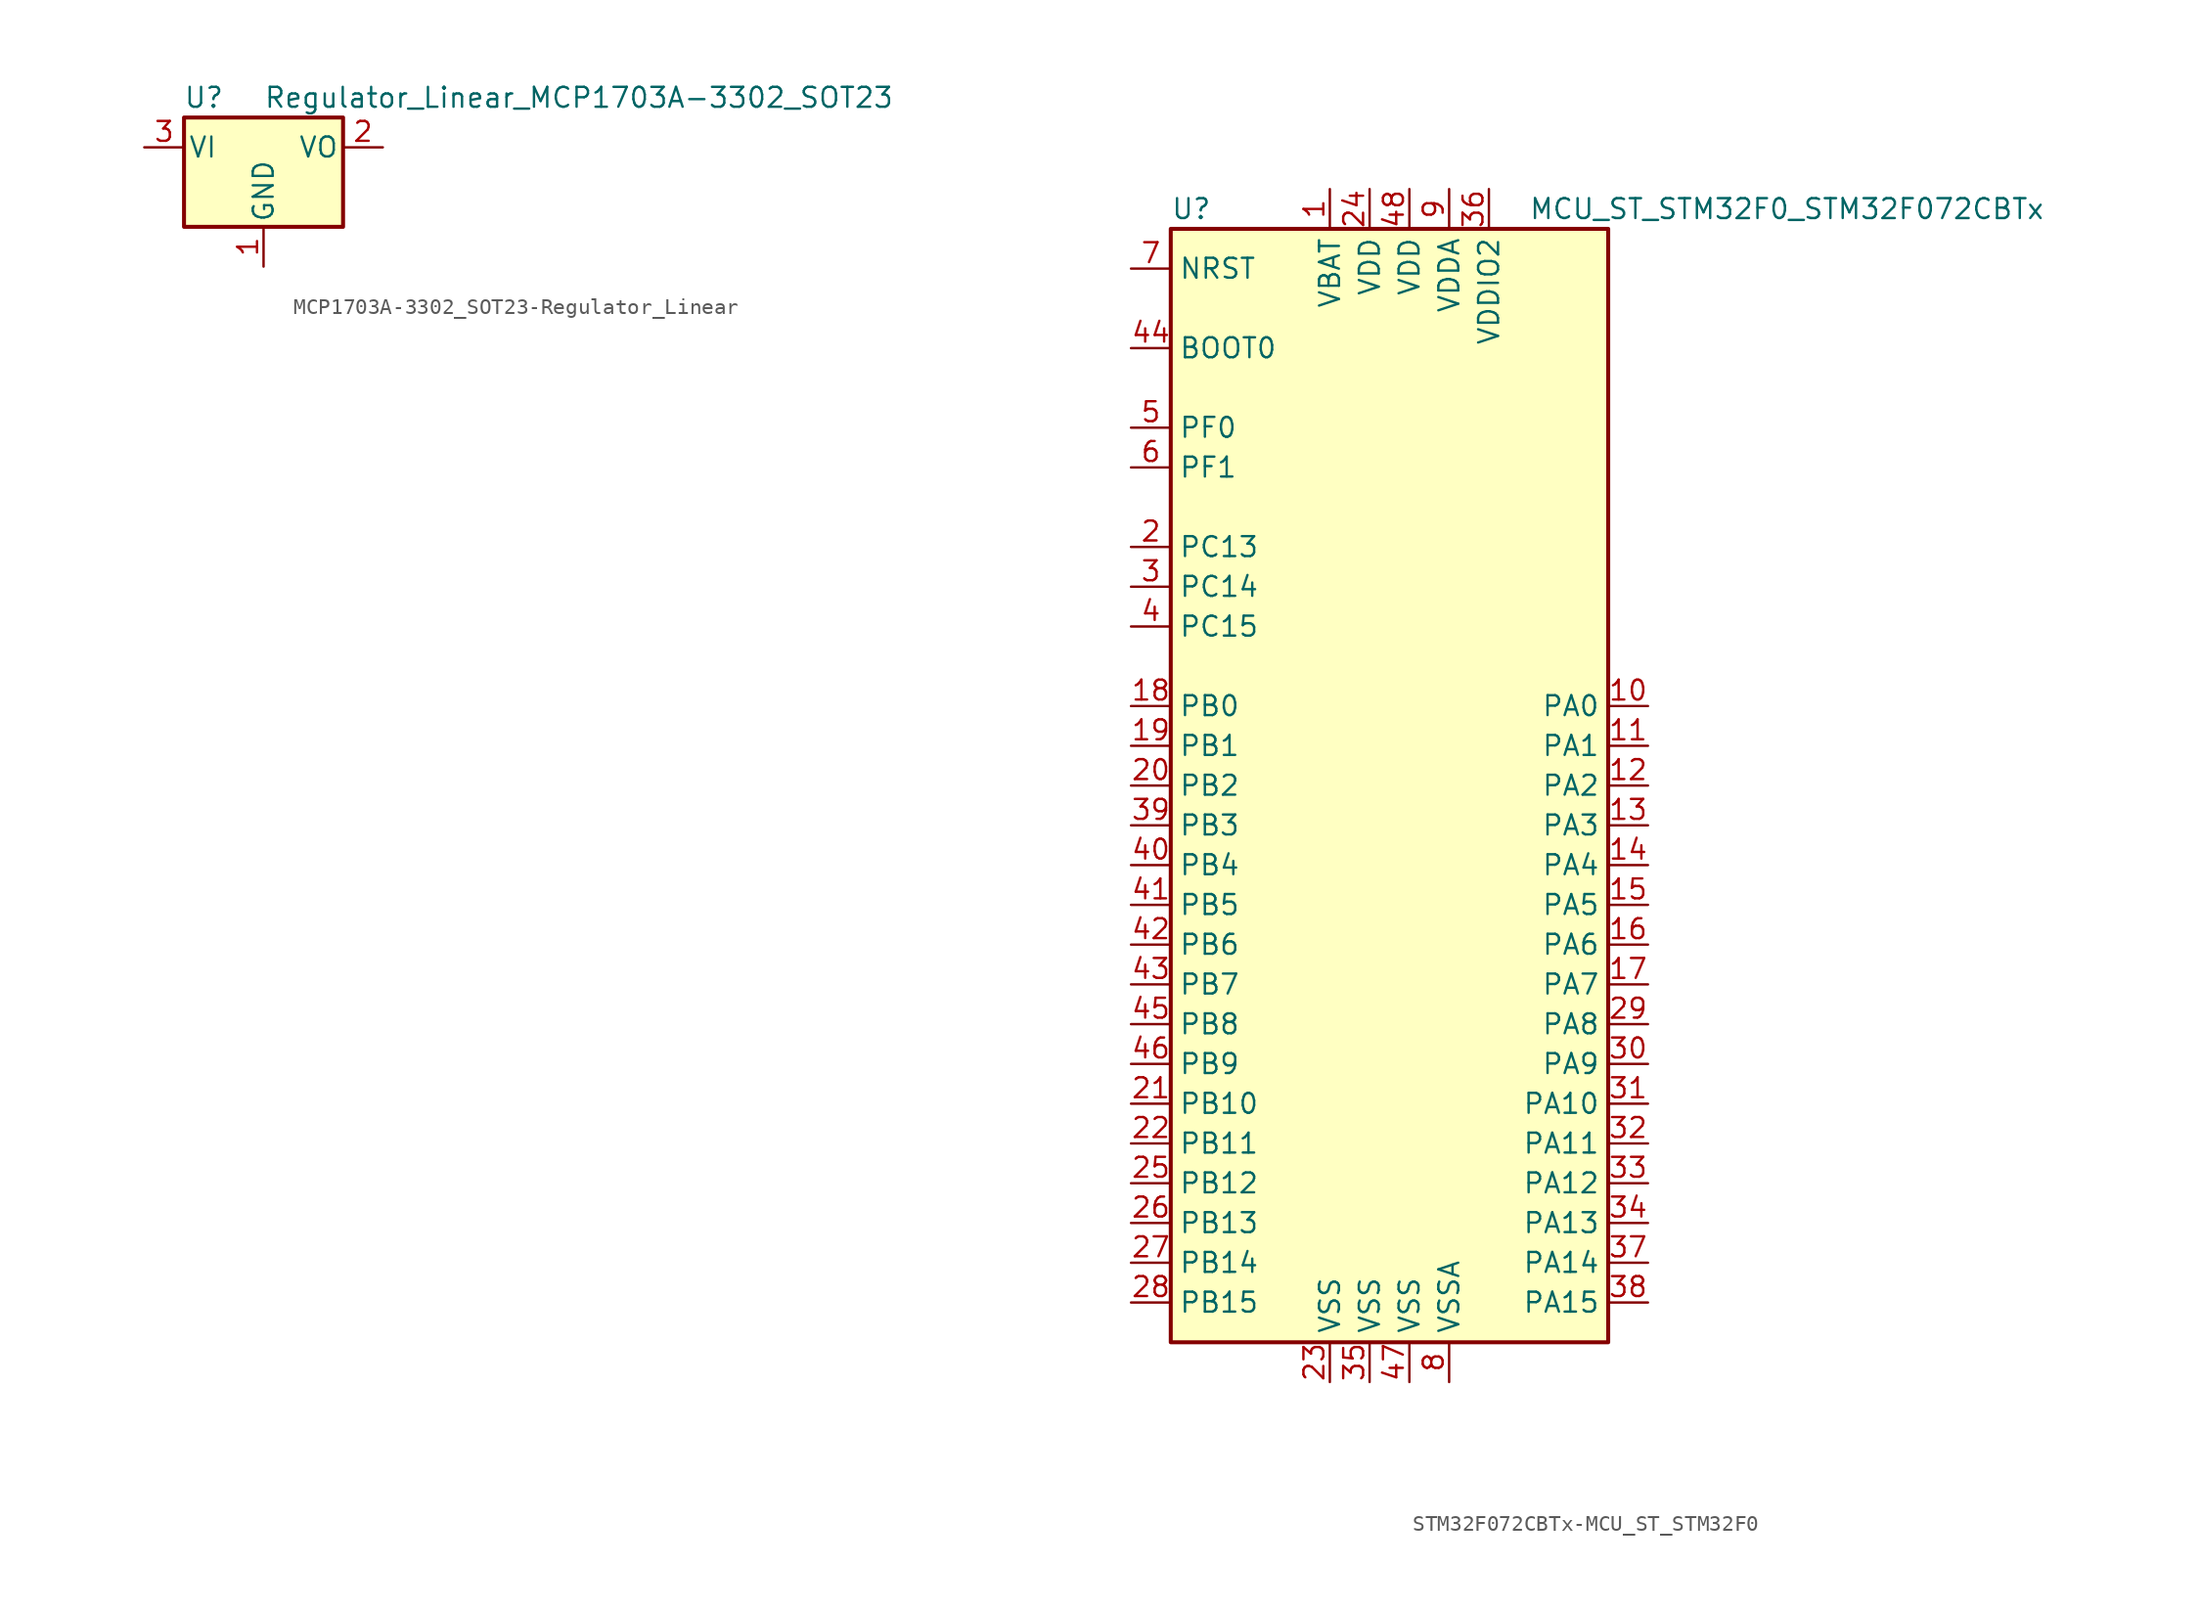
<source format=kicad_sym>
(kicad_symbol_lib
  (version 20231120)
  (generator "kicad_symbol_editor")
  (generator_version "8.0")
  (symbol "MCP1703A-3302_SOT23-Regulator_Linear"
    (pin_names
      (offset 0.254))
    (property "Reference" "U"
      (at -3.81 3.175 0)
      (effects (font (size 1.27 1.27))))
    (property "Value" "Regulator_Linear_MCP1703A-3302_SOT23"
      (at 0 3.175 0)
      (effects (font (size 1.27 1.27)) (justify left)))
    (symbol "MCP1703A-3302_SOT23-Regulator_Linear_0_1"
      (rectangle (start -5.08 -5.08) (end 5.08 1.905) (stroke (width 0.254) (type solid)) (fill (type background))))
    (symbol "MCP1703A-3302_SOT23-Regulator_Linear_1_1"
      (pin power_in line (at 0 -7.62 90) (length 2.54) (name "GND" (effects (font (size 1.27 1.27)))) (number "1" (effects (font (size 1.27 1.27)))))
      (pin power_out line (at 7.62 0 180) (length 2.54) (name "VO" (effects (font (size 1.27 1.27)))) (number "2" (effects (font (size 1.27 1.27)))))
      (pin power_in line (at -7.62 0 0) (length 2.54) (name "VI" (effects (font (size 1.27 1.27)))) (number "3" (effects (font (size 1.27 1.27)))))))
  (symbol "STM32F072CBTx-MCU_ST_STM32F0"
    (property "Reference" "U"
      (at -15.24 36.83 0)
      (effects (font (size 1.27 1.27)) (justify left)))
    (property "Value" "MCU_ST_STM32F0_STM32F072CBTx"
      (at 7.62 36.83 0)
      (effects (font (size 1.27 1.27)) (justify left)))
    (symbol "STM32F072CBTx-MCU_ST_STM32F0_0_1"
      (rectangle (start -15.24 -35.56) (end 12.7 35.56) (stroke (width 0.254) (type solid)) (fill (type background))))
    (symbol "STM32F072CBTx-MCU_ST_STM32F0_1_1"
      (pin power_in line (at -5.08 38.1 270) (length 2.54) (name "VBAT" (effects (font (size 1.27 1.27)))) (number "1" (effects (font (size 1.27 1.27)))))
      (pin bidirectional line (at 15.24 5.08 180) (length 2.54) (name "PA0" (effects (font (size 1.27 1.27)))) (number "10" (effects (font (size 1.27 1.27)))))
      (pin bidirectional line (at 15.24 2.54 180) (length 2.54) (name "PA1" (effects (font (size 1.27 1.27)))) (number "11" (effects (font (size 1.27 1.27)))))
      (pin bidirectional line (at 15.24 0 180) (length 2.54) (name "PA2" (effects (font (size 1.27 1.27)))) (number "12" (effects (font (size 1.27 1.27)))))
      (pin bidirectional line (at 15.24 -2.54 180) (length 2.54) (name "PA3" (effects (font (size 1.27 1.27)))) (number "13" (effects (font (size 1.27 1.27)))))
      (pin bidirectional line (at 15.24 -5.08 180) (length 2.54) (name "PA4" (effects (font (size 1.27 1.27)))) (number "14" (effects (font (size 1.27 1.27)))))
      (pin bidirectional line (at 15.24 -7.62 180) (length 2.54) (name "PA5" (effects (font (size 1.27 1.27)))) (number "15" (effects (font (size 1.27 1.27)))))
      (pin bidirectional line (at 15.24 -10.16 180) (length 2.54) (name "PA6" (effects (font (size 1.27 1.27)))) (number "16" (effects (font (size 1.27 1.27)))))
      (pin bidirectional line (at 15.24 -12.7 180) (length 2.54) (name "PA7" (effects (font (size 1.27 1.27)))) (number "17" (effects (font (size 1.27 1.27)))))
      (pin bidirectional line (at -17.78 5.08 0) (length 2.54) (name "PB0" (effects (font (size 1.27 1.27)))) (number "18" (effects (font (size 1.27 1.27)))))
      (pin bidirectional line (at -17.78 2.54 0) (length 2.54) (name "PB1" (effects (font (size 1.27 1.27)))) (number "19" (effects (font (size 1.27 1.27)))))
      (pin bidirectional line (at -17.78 15.24 0) (length 2.54) (name "PC13" (effects (font (size 1.27 1.27)))) (number "2" (effects (font (size 1.27 1.27)))))
      (pin bidirectional line (at -17.78 0 0) (length 2.54) (name "PB2" (effects (font (size 1.27 1.27)))) (number "20" (effects (font (size 1.27 1.27)))))
      (pin bidirectional line (at -17.78 -20.32 0) (length 2.54) (name "PB10" (effects (font (size 1.27 1.27)))) (number "21" (effects (font (size 1.27 1.27)))))
      (pin bidirectional line (at -17.78 -22.86 0) (length 2.54) (name "PB11" (effects (font (size 1.27 1.27)))) (number "22" (effects (font (size 1.27 1.27)))))
      (pin power_in line (at -5.08 -38.1 90) (length 2.54) (name "VSS" (effects (font (size 1.27 1.27)))) (number "23" (effects (font (size 1.27 1.27)))))
      (pin power_in line (at -2.54 38.1 270) (length 2.54) (name "VDD" (effects (font (size 1.27 1.27)))) (number "24" (effects (font (size 1.27 1.27)))))
      (pin bidirectional line (at -17.78 -25.4 0) (length 2.54) (name "PB12" (effects (font (size 1.27 1.27)))) (number "25" (effects (font (size 1.27 1.27)))))
      (pin bidirectional line (at -17.78 -27.94 0) (length 2.54) (name "PB13" (effects (font (size 1.27 1.27)))) (number "26" (effects (font (size 1.27 1.27)))))
      (pin bidirectional line (at -17.78 -30.48 0) (length 2.54) (name "PB14" (effects (font (size 1.27 1.27)))) (number "27" (effects (font (size 1.27 1.27)))))
      (pin bidirectional line (at -17.78 -33.02 0) (length 2.54) (name "PB15" (effects (font (size 1.27 1.27)))) (number "28" (effects (font (size 1.27 1.27)))))
      (pin bidirectional line (at 15.24 -15.24 180) (length 2.54) (name "PA8" (effects (font (size 1.27 1.27)))) (number "29" (effects (font (size 1.27 1.27)))))
      (pin bidirectional line (at -17.78 12.7 0) (length 2.54) (name "PC14" (effects (font (size 1.27 1.27)))) (number "3" (effects (font (size 1.27 1.27)))))
      (pin bidirectional line (at 15.24 -17.78 180) (length 2.54) (name "PA9" (effects (font (size 1.27 1.27)))) (number "30" (effects (font (size 1.27 1.27)))))
      (pin bidirectional line (at 15.24 -20.32 180) (length 2.54) (name "PA10" (effects (font (size 1.27 1.27)))) (number "31" (effects (font (size 1.27 1.27)))))
      (pin bidirectional line (at 15.24 -22.86 180) (length 2.54) (name "PA11" (effects (font (size 1.27 1.27)))) (number "32" (effects (font (size 1.27 1.27)))))
      (pin bidirectional line (at 15.24 -25.4 180) (length 2.54) (name "PA12" (effects (font (size 1.27 1.27)))) (number "33" (effects (font (size 1.27 1.27)))))
      (pin bidirectional line (at 15.24 -27.94 180) (length 2.54) (name "PA13" (effects (font (size 1.27 1.27)))) (number "34" (effects (font (size 1.27 1.27)))))
      (pin power_in line (at -2.54 -38.1 90) (length 2.54) (name "VSS" (effects (font (size 1.27 1.27)))) (number "35" (effects (font (size 1.27 1.27)))))
      (pin power_in line (at 5.08 38.1 270) (length 2.54) (name "VDDIO2" (effects (font (size 1.27 1.27)))) (number "36" (effects (font (size 1.27 1.27)))))
      (pin bidirectional line (at 15.24 -30.48 180) (length 2.54) (name "PA14" (effects (font (size 1.27 1.27)))) (number "37" (effects (font (size 1.27 1.27)))))
      (pin bidirectional line (at 15.24 -33.02 180) (length 2.54) (name "PA15" (effects (font (size 1.27 1.27)))) (number "38" (effects (font (size 1.27 1.27)))))
      (pin bidirectional line (at -17.78 -2.54 0) (length 2.54) (name "PB3" (effects (font (size 1.27 1.27)))) (number "39" (effects (font (size 1.27 1.27)))))
      (pin bidirectional line (at -17.78 10.16 0) (length 2.54) (name "PC15" (effects (font (size 1.27 1.27)))) (number "4" (effects (font (size 1.27 1.27)))))
      (pin bidirectional line (at -17.78 -5.08 0) (length 2.54) (name "PB4" (effects (font (size 1.27 1.27)))) (number "40" (effects (font (size 1.27 1.27)))))
      (pin bidirectional line (at -17.78 -7.62 0) (length 2.54) (name "PB5" (effects (font (size 1.27 1.27)))) (number "41" (effects (font (size 1.27 1.27)))))
      (pin bidirectional line (at -17.78 -10.16 0) (length 2.54) (name "PB6" (effects (font (size 1.27 1.27)))) (number "42" (effects (font (size 1.27 1.27)))))
      (pin bidirectional line (at -17.78 -12.7 0) (length 2.54) (name "PB7" (effects (font (size 1.27 1.27)))) (number "43" (effects (font (size 1.27 1.27)))))
      (pin input line (at -17.78 27.94 0) (length 2.54) (name "BOOT0" (effects (font (size 1.27 1.27)))) (number "44" (effects (font (size 1.27 1.27)))))
      (pin bidirectional line (at -17.78 -15.24 0) (length 2.54) (name "PB8" (effects (font (size 1.27 1.27)))) (number "45" (effects (font (size 1.27 1.27)))))
      (pin bidirectional line (at -17.78 -17.78 0) (length 2.54) (name "PB9" (effects (font (size 1.27 1.27)))) (number "46" (effects (font (size 1.27 1.27)))))
      (pin power_in line (at 0 -38.1 90) (length 2.54) (name "VSS" (effects (font (size 1.27 1.27)))) (number "47" (effects (font (size 1.27 1.27)))))
      (pin power_in line (at 0 38.1 270) (length 2.54) (name "VDD" (effects (font (size 1.27 1.27)))) (number "48" (effects (font (size 1.27 1.27)))))
      (pin input line (at -17.78 22.86 0) (length 2.54) (name "PF0" (effects (font (size 1.27 1.27)))) (number "5" (effects (font (size 1.27 1.27)))))
      (pin input line (at -17.78 20.32 0) (length 2.54) (name "PF1" (effects (font (size 1.27 1.27)))) (number "6" (effects (font (size 1.27 1.27)))))
      (pin input line (at -17.78 33.02 0) (length 2.54) (name "NRST" (effects (font (size 1.27 1.27)))) (number "7" (effects (font (size 1.27 1.27)))))
      (pin power_in line (at 2.54 -38.1 90) (length 2.54) (name "VSSA" (effects (font (size 1.27 1.27)))) (number "8" (effects (font (size 1.27 1.27)))))
      (pin power_in line (at 2.54 38.1 270) (length 2.54) (name "VDDA" (effects (font (size 1.27 1.27)))) (number "9" (effects (font (size 1.27 1.27))))))))
</source>
